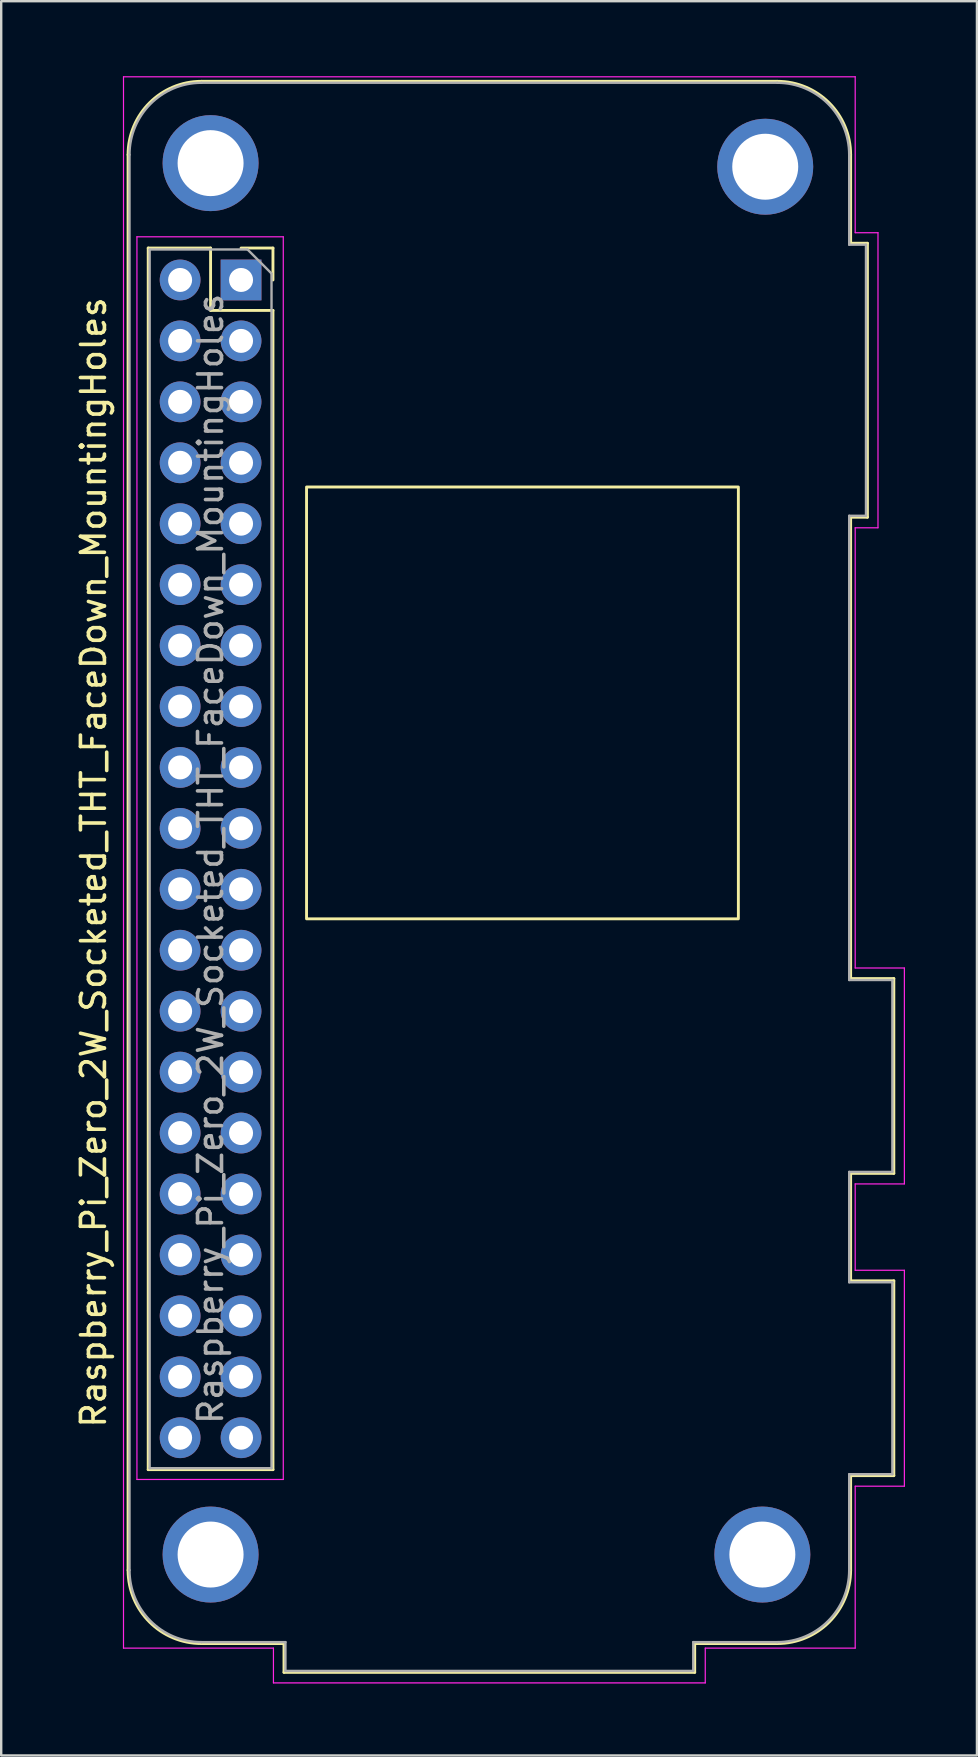
<source format=kicad_pcb>
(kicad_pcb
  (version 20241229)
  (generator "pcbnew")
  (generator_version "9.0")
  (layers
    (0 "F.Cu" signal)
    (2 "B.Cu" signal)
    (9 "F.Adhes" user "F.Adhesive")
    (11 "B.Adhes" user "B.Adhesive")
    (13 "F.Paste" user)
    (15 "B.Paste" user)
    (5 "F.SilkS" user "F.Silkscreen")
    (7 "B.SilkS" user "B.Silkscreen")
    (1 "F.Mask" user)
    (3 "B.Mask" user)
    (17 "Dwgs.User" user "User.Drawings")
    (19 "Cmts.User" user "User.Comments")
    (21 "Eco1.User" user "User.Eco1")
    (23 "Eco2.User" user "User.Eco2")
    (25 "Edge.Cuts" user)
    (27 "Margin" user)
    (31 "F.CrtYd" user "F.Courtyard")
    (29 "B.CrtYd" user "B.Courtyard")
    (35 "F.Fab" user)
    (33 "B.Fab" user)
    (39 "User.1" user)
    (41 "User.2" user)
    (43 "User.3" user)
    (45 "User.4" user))
  (footprint "Raspberry_Pi_Zero_2W_Socketed_THT_FaceDown_MountingHoles"
    (layer "F.Cu")
    (at 2.228 0.25)
    (property "Reference" "Raspberry_Pi_Zero_2W_Socketed_THT_FaceDown_MountingHoles" (at -1.38 32.65 90) (layer "F.SilkS") (effects (font (size 1 1) (thickness 0.15))))
    (attr through_hole)
    (fp_line (start 0.06 62.15) (end 0.06 3.15) (stroke (width 0.12) (type solid)) (layer "F.SilkS"))
    (fp_line (start 0.9 7.04) (end 0.9 57.96) (stroke (width 0.12) (type solid)) (layer "F.SilkS"))
    (fp_line (start 0.9 7.04) (end 3.5 7.04) (stroke (width 0.12) (type solid)) (layer "F.SilkS"))
    (fp_line (start 0.9 57.96) (end 6.1 57.96) (stroke (width 0.12) (type solid)) (layer "F.SilkS"))
    (fp_line (start 3.12 0.09) (end 27.12 0.09) (stroke (width 0.12) (type solid)) (layer "F.SilkS"))
    (fp_line (start 3.5 7.04) (end 3.5 9.64) (stroke (width 0.12) (type solid)) (layer "F.SilkS"))
    (fp_line (start 3.5 9.64) (end 6.1 9.64) (stroke (width 0.12) (type solid)) (layer "F.SilkS"))
    (fp_line (start 4.77 7.04) (end 6.1 7.04) (stroke (width 0.12) (type solid)) (layer "F.SilkS"))
    (fp_line (start 6.1 7.04) (end 6.1 8.37) (stroke (width 0.12) (type solid)) (layer "F.SilkS"))
    (fp_line (start 6.1 9.64) (end 6.1 57.96) (stroke (width 0.12) (type solid)) (layer "F.SilkS"))
    (fp_line (start 6.56 65.21) (end 3.12 65.21) (stroke (width 0.12) (type solid)) (layer "F.SilkS"))
    (fp_line (start 6.56 65.21) (end 6.56 66.41) (stroke (width 0.12) (type solid)) (layer "F.SilkS"))
    (fp_line (start 6.56 66.41) (end 23.68 66.41) (stroke (width 0.12) (type solid)) (layer "F.SilkS"))
    (fp_line (start 23.68 65.21) (end 27.12 65.21) (stroke (width 0.12) (type solid)) (layer "F.SilkS"))
    (fp_line (start 23.68 66.41) (end 23.68 65.21) (stroke (width 0.12) (type solid)) (layer "F.SilkS"))
    (fp_line (start 30.18 6.84) (end 30.18 3.15) (stroke (width 0.12) (type solid)) (layer "F.SilkS"))
    (fp_line (start 30.18 18.26) (end 30.88 18.26) (stroke (width 0.12) (type solid)) (layer "F.SilkS"))
    (fp_line (start 30.18 37.49) (end 30.18 18.26) (stroke (width 0.12) (type solid)) (layer "F.SilkS"))
    (fp_line (start 30.18 45.61) (end 31.98 45.61) (stroke (width 0.12) (type solid)) (layer "F.SilkS"))
    (fp_line (start 30.18 50.09) (end 30.18 45.61) (stroke (width 0.12) (type solid)) (layer "F.SilkS"))
    (fp_line (start 30.18 58.21) (end 31.98 58.21) (stroke (width 0.12) (type solid)) (layer "F.SilkS"))
    (fp_line (start 30.18 62.15) (end 30.18 58.21) (stroke (width 0.12) (type solid)) (layer "F.SilkS"))
    (fp_line (start 30.88 6.84) (end 30.18 6.84) (stroke (width 0.12) (type solid)) (layer "F.SilkS"))
    (fp_line (start 30.88 18.26) (end 30.88 6.84) (stroke (width 0.12) (type solid)) (layer "F.SilkS"))
    (fp_line (start 31.98 37.49) (end 30.18 37.49) (stroke (width 0.12) (type solid)) (layer "F.SilkS"))
    (fp_line (start 31.98 45.61) (end 31.98 37.49) (stroke (width 0.12) (type solid)) (layer "F.SilkS"))
    (fp_line (start 31.98 50.09) (end 30.18 50.09) (stroke (width 0.12) (type solid)) (layer "F.SilkS"))
    (fp_line (start 31.98 58.21) (end 31.98 50.09) (stroke (width 0.12) (type solid)) (layer "F.SilkS"))
    (fp_rect (start 7.5 17) (end 25.5 35) (stroke (width 0.12) (type solid)) (fill no) (layer "F.SilkS"))
    (fp_arc (start 0.06 3.15) (mid 0.956253 0.986253) (end 3.12 0.09) (stroke (width 0.12) (type solid)) (layer "F.SilkS"))
    (fp_arc (start 3.12 65.21) (mid 0.956253 64.313747) (end 0.06 62.15) (stroke (width 0.12) (type solid)) (layer "F.SilkS"))
    (fp_arc (start 27.12 0.09) (mid 29.283747 0.986253) (end 30.18 3.15) (stroke (width 0.12) (type solid)) (layer "F.SilkS"))
    (fp_arc (start 30.18 62.15) (mid 29.283747 64.313747) (end 27.12 65.21) (stroke (width 0.12) (type solid)) (layer "F.SilkS"))
    (fp_line (start -0.13 -0.1) (end 30.37 -0.1) (stroke (width 0.05) (type solid)) (layer "F.CrtYd"))
    (fp_line (start -0.13 65.4) (end -0.13 -0.1) (stroke (width 0.05) (type solid)) (layer "F.CrtYd"))
    (fp_line (start -0.13 65.4) (end 6.12 65.4) (stroke (width 0.05) (type solid)) (layer "F.CrtYd"))
    (fp_line (start 0.43 6.57) (end 6.53 6.57) (stroke (width 0.05) (type solid)) (layer "F.CrtYd"))
    (fp_line (start 0.43 58.37) (end 0.43 6.57) (stroke (width 0.05) (type solid)) (layer "F.CrtYd"))
    (fp_line (start 6.12 66.85) (end 6.12 65.4) (stroke (width 0.05) (type solid)) (layer "F.CrtYd"))
    (fp_line (start 6.53 6.57) (end 6.53 58.37) (stroke (width 0.05) (type solid)) (layer "F.CrtYd"))
    (fp_line (start 6.53 58.37) (end 0.43 58.37) (stroke (width 0.05) (type solid)) (layer "F.CrtYd"))
    (fp_line (start 24.12 65.4) (end 30.37 65.4) (stroke (width 0.05) (type solid)) (layer "F.CrtYd"))
    (fp_line (start 24.12 66.85) (end 6.12 66.85) (stroke (width 0.05) (type solid)) (layer "F.CrtYd"))
    (fp_line (start 24.12 66.85) (end 24.12 65.4) (stroke (width 0.05) (type solid)) (layer "F.CrtYd"))
    (fp_line (start 30.37 6.4) (end 30.37 -0.1) (stroke (width 0.05) (type solid)) (layer "F.CrtYd"))
    (fp_line (start 30.37 37.05) (end 30.37 18.7) (stroke (width 0.05) (type solid)) (layer "F.CrtYd"))
    (fp_line (start 30.37 46.05) (end 30.37 49.65) (stroke (width 0.05) (type solid)) (layer "F.CrtYd"))
    (fp_line (start 30.37 58.65) (end 30.37 65.4) (stroke (width 0.05) (type solid)) (layer "F.CrtYd"))
    (fp_line (start 31.32 6.4) (end 30.37 6.4) (stroke (width 0.05) (type solid)) (layer "F.CrtYd"))
    (fp_line (start 31.32 6.4) (end 31.32 18.7) (stroke (width 0.05) (type solid)) (layer "F.CrtYd"))
    (fp_line (start 31.32 18.7) (end 30.37 18.7) (stroke (width 0.05) (type solid)) (layer "F.CrtYd"))
    (fp_line (start 32.42 37.05) (end 30.37 37.05) (stroke (width 0.05) (type solid)) (layer "F.CrtYd"))
    (fp_line (start 32.42 46.05) (end 30.37 46.05) (stroke (width 0.05) (type solid)) (layer "F.CrtYd"))
    (fp_line (start 32.42 46.05) (end 32.42 37.05) (stroke (width 0.05) (type solid)) (layer "F.CrtYd"))
    (fp_line (start 32.42 49.65) (end 30.37 49.65) (stroke (width 0.05) (type solid)) (layer "F.CrtYd"))
    (fp_line (start 32.42 58.65) (end 30.37 58.65) (stroke (width 0.05) (type solid)) (layer "F.CrtYd"))
    (fp_line (start 32.42 58.65) (end 32.42 49.65) (stroke (width 0.05) (type solid)) (layer "F.CrtYd"))
    (fp_line (start 0.12 62.15) (end 0.12 3.15) (stroke (width 0.1) (type solid)) (layer "F.Fab"))
    (fp_line (start 0.96 7.1) (end 5.04 7.1) (stroke (width 0.1) (type solid)) (layer "F.Fab"))
    (fp_line (start 0.96 57.9) (end 0.96 7.1) (stroke (width 0.1) (type solid)) (layer "F.Fab"))
    (fp_line (start 3.12 0.15) (end 27.12 0.15) (stroke (width 0.1) (type solid)) (layer "F.Fab"))
    (fp_line (start 3.12 65.15) (end 6.62 65.15) (stroke (width 0.1) (type solid)) (layer "F.Fab"))
    (fp_line (start 5.04 7.1) (end 6.04 8.1) (stroke (width 0.1) (type solid)) (layer "F.Fab"))
    (fp_line (start 6.04 8.1) (end 6.04 57.9) (stroke (width 0.1) (type solid)) (layer "F.Fab"))
    (fp_line (start 6.04 57.9) (end 0.96 57.9) (stroke (width 0.1) (type solid)) (layer "F.Fab"))
    (fp_line (start 6.62 65.15) (end 6.62 66.35) (stroke (width 0.1) (type solid)) (layer "F.Fab"))
    (fp_line (start 6.62 66.35) (end 23.62 66.35) (stroke (width 0.1) (type solid)) (layer "F.Fab"))
    (fp_line (start 23.62 65.15) (end 23.62 66.35) (stroke (width 0.1) (type solid)) (layer "F.Fab"))
    (fp_line (start 27.12 65.15) (end 23.62 65.15) (stroke (width 0.1) (type solid)) (layer "F.Fab"))
    (fp_line (start 30.12 6.9) (end 30.12 3.15) (stroke (width 0.1) (type solid)) (layer "F.Fab"))
    (fp_line (start 30.12 6.9) (end 30.82 6.9) (stroke (width 0.1) (type solid)) (layer "F.Fab"))
    (fp_line (start 30.12 18.2) (end 30.82 18.2) (stroke (width 0.1) (type solid)) (layer "F.Fab"))
    (fp_line (start 30.12 37.55) (end 30.12 18.2) (stroke (width 0.1) (type solid)) (layer "F.Fab"))
    (fp_line (start 30.12 45.55) (end 31.92 45.55) (stroke (width 0.1) (type solid)) (layer "F.Fab"))
    (fp_line (start 30.12 50.15) (end 30.12 45.55) (stroke (width 0.1) (type solid)) (layer "F.Fab"))
    (fp_line (start 30.12 58.15) (end 30.12 62.15) (stroke (width 0.1) (type solid)) (layer "F.Fab"))
    (fp_line (start 30.12 58.15) (end 31.92 58.15) (stroke (width 0.1) (type solid)) (layer "F.Fab"))
    (fp_line (start 30.82 18.2) (end 30.82 6.9) (stroke (width 0.1) (type solid)) (layer "F.Fab"))
    (fp_line (start 31.92 37.55) (end 30.12 37.55) (stroke (width 0.1) (type solid)) (layer "F.Fab"))
    (fp_line (start 31.92 45.55) (end 31.92 37.55) (stroke (width 0.1) (type solid)) (layer "F.Fab"))
    (fp_line (start 31.92 50.15) (end 30.12 50.15) (stroke (width 0.1) (type solid)) (layer "F.Fab"))
    (fp_line (start 31.92 58.15) (end 31.92 50.15) (stroke (width 0.1) (type solid)) (layer "F.Fab"))
    (fp_arc (start 0.12 3.15) (mid 0.99868 1.02868) (end 3.12 0.15) (stroke (width 0.1) (type solid)) (layer "F.Fab"))
    (fp_arc (start 3.12 65.15) (mid 0.99868 64.27132) (end 0.12 62.15) (stroke (width 0.1) (type solid)) (layer "F.Fab"))
    (fp_arc (start 27.12 0.15) (mid 29.24132 1.02868) (end 30.12 3.15) (stroke (width 0.1) (type solid)) (layer "F.Fab"))
    (fp_arc (start 30.12 62.15) (mid 29.24132 64.27132) (end 27.12 65.15) (stroke (width 0.1) (type solid)) (layer "F.Fab"))
    (fp_text user "${REFERENCE}" (at 3.5 32.5 90) (layer "F.Fab") (effects (font (size 1 1) (thickness 0.15))))
    (pad "" np_thru_hole circle (at 3.5 3.5 90) (size 4 4) (drill 2.75) (layers "*.Cu" "*.Mask"))
    (pad "" np_thru_hole circle (at 3.5 61.5 90) (size 4 4) (drill 2.75) (layers "*.Cu" "*.Mask"))
    (pad "" np_thru_hole circle (at 26.5 61.5 90) (size 4 4) (drill 2.75) (layers "*.Cu" "*.Mask"))
    (pad "" np_thru_hole circle (at 26.62 3.65 90) (size 4 4) (drill 2.75) (layers "*.Cu" "*.Mask"))
    (pad "1" thru_hole rect (at 4.77 8.37) (size 1.7 1.7) (drill 1) (layers "*.Cu" "*.Mask"))
    (pad "2" thru_hole oval (at 2.23 8.37) (size 1.7 1.7) (drill 1) (layers "*.Cu" "*.Mask"))
    (pad "3" thru_hole oval (at 4.77 10.91) (size 1.7 1.7) (drill 1) (layers "*.Cu" "*.Mask"))
    (pad "4" thru_hole oval (at 2.23 10.91) (size 1.7 1.7) (drill 1) (layers "*.Cu" "*.Mask"))
    (pad "5" thru_hole oval (at 4.77 13.45) (size 1.7 1.7) (drill 1) (layers "*.Cu" "*.Mask"))
    (pad "6" thru_hole oval (at 2.23 13.45) (size 1.7 1.7) (drill 1) (layers "*.Cu" "*.Mask"))
    (pad "7" thru_hole oval (at 4.77 15.99) (size 1.7 1.7) (drill 1) (layers "*.Cu" "*.Mask"))
    (pad "8" thru_hole oval (at 2.23 15.99) (size 1.7 1.7) (drill 1) (layers "*.Cu" "*.Mask"))
    (pad "9" thru_hole oval (at 4.77 18.53) (size 1.7 1.7) (drill 1) (layers "*.Cu" "*.Mask"))
    (pad "10" thru_hole oval (at 2.23 18.53) (size 1.7 1.7) (drill 1) (layers "*.Cu" "*.Mask"))
    (pad "11" thru_hole oval (at 4.77 21.07) (size 1.7 1.7) (drill 1) (layers "*.Cu" "*.Mask"))
    (pad "12" thru_hole oval (at 2.23 21.07) (size 1.7 1.7) (drill 1) (layers "*.Cu" "*.Mask"))
    (pad "13" thru_hole oval (at 4.77 23.61) (size 1.7 1.7) (drill 1) (layers "*.Cu" "*.Mask"))
    (pad "14" thru_hole oval (at 2.23 23.61) (size 1.7 1.7) (drill 1) (layers "*.Cu" "*.Mask"))
    (pad "15" thru_hole oval (at 4.77 26.15) (size 1.7 1.7) (drill 1) (layers "*.Cu" "*.Mask"))
    (pad "16" thru_hole oval (at 2.23 26.15) (size 1.7 1.7) (drill 1) (layers "*.Cu" "*.Mask"))
    (pad "17" thru_hole oval (at 4.77 28.69) (size 1.7 1.7) (drill 1) (layers "*.Cu" "*.Mask"))
    (pad "18" thru_hole oval (at 2.23 28.69) (size 1.7 1.7) (drill 1) (layers "*.Cu" "*.Mask"))
    (pad "19" thru_hole oval (at 4.77 31.23) (size 1.7 1.7) (drill 1) (layers "*.Cu" "*.Mask"))
    (pad "20" thru_hole oval (at 2.23 31.23) (size 1.7 1.7) (drill 1) (layers "*.Cu" "*.Mask"))
    (pad "21" thru_hole oval (at 4.77 33.77) (size 1.7 1.7) (drill 1) (layers "*.Cu" "*.Mask"))
    (pad "22" thru_hole oval (at 2.23 33.77) (size 1.7 1.7) (drill 1) (layers "*.Cu" "*.Mask"))
    (pad "23" thru_hole oval (at 4.77 36.31) (size 1.7 1.7) (drill 1) (layers "*.Cu" "*.Mask"))
    (pad "24" thru_hole oval (at 2.23 36.31) (size 1.7 1.7) (drill 1) (layers "*.Cu" "*.Mask"))
    (pad "25" thru_hole oval (at 4.77 38.85) (size 1.7 1.7) (drill 1) (layers "*.Cu" "*.Mask"))
    (pad "26" thru_hole oval (at 2.23 38.85) (size 1.7 1.7) (drill 1) (layers "*.Cu" "*.Mask"))
    (pad "27" thru_hole oval (at 4.77 41.39) (size 1.7 1.7) (drill 1) (layers "*.Cu" "*.Mask"))
    (pad "28" thru_hole oval (at 2.23 41.39) (size 1.7 1.7) (drill 1) (layers "*.Cu" "*.Mask"))
    (pad "29" thru_hole oval (at 4.77 43.93) (size 1.7 1.7) (drill 1) (layers "*.Cu" "*.Mask"))
    (pad "30" thru_hole oval (at 2.23 43.93) (size 1.7 1.7) (drill 1) (layers "*.Cu" "*.Mask"))
    (pad "31" thru_hole oval (at 4.77 46.47) (size 1.7 1.7) (drill 1) (layers "*.Cu" "*.Mask"))
    (pad "32" thru_hole oval (at 2.23 46.47) (size 1.7 1.7) (drill 1) (layers "*.Cu" "*.Mask"))
    (pad "33" thru_hole oval (at 4.77 49.01) (size 1.7 1.7) (drill 1) (layers "*.Cu" "*.Mask"))
    (pad "34" thru_hole oval (at 2.23 49.01) (size 1.7 1.7) (drill 1) (layers "*.Cu" "*.Mask"))
    (pad "35" thru_hole oval (at 4.77 51.55) (size 1.7 1.7) (drill 1) (layers "*.Cu" "*.Mask"))
    (pad "36" thru_hole oval (at 2.23 51.55) (size 1.7 1.7) (drill 1) (layers "*.Cu" "*.Mask"))
    (pad "37" thru_hole oval (at 4.77 54.09) (size 1.7 1.7) (drill 1) (layers "*.Cu" "*.Mask"))
    (pad "38" thru_hole oval (at 2.23 54.09) (size 1.7 1.7) (drill 1) (layers "*.Cu" "*.Mask"))
    (pad "39" thru_hole oval (at 4.77 56.63) (size 1.7 1.7) (drill 1) (layers "*.Cu" "*.Mask"))
    (pad "40" thru_hole oval (at 2.23 56.63) (size 1.7 1.7) (drill 1) (layers "*.Cu" "*.Mask")))
  (gr_rect
    (start -3 -3)
    (end 37.673 70.125)
    (stroke (width 0.1) (type default))
    (fill no)
    (layer "Edge.Cuts")))
</source>
